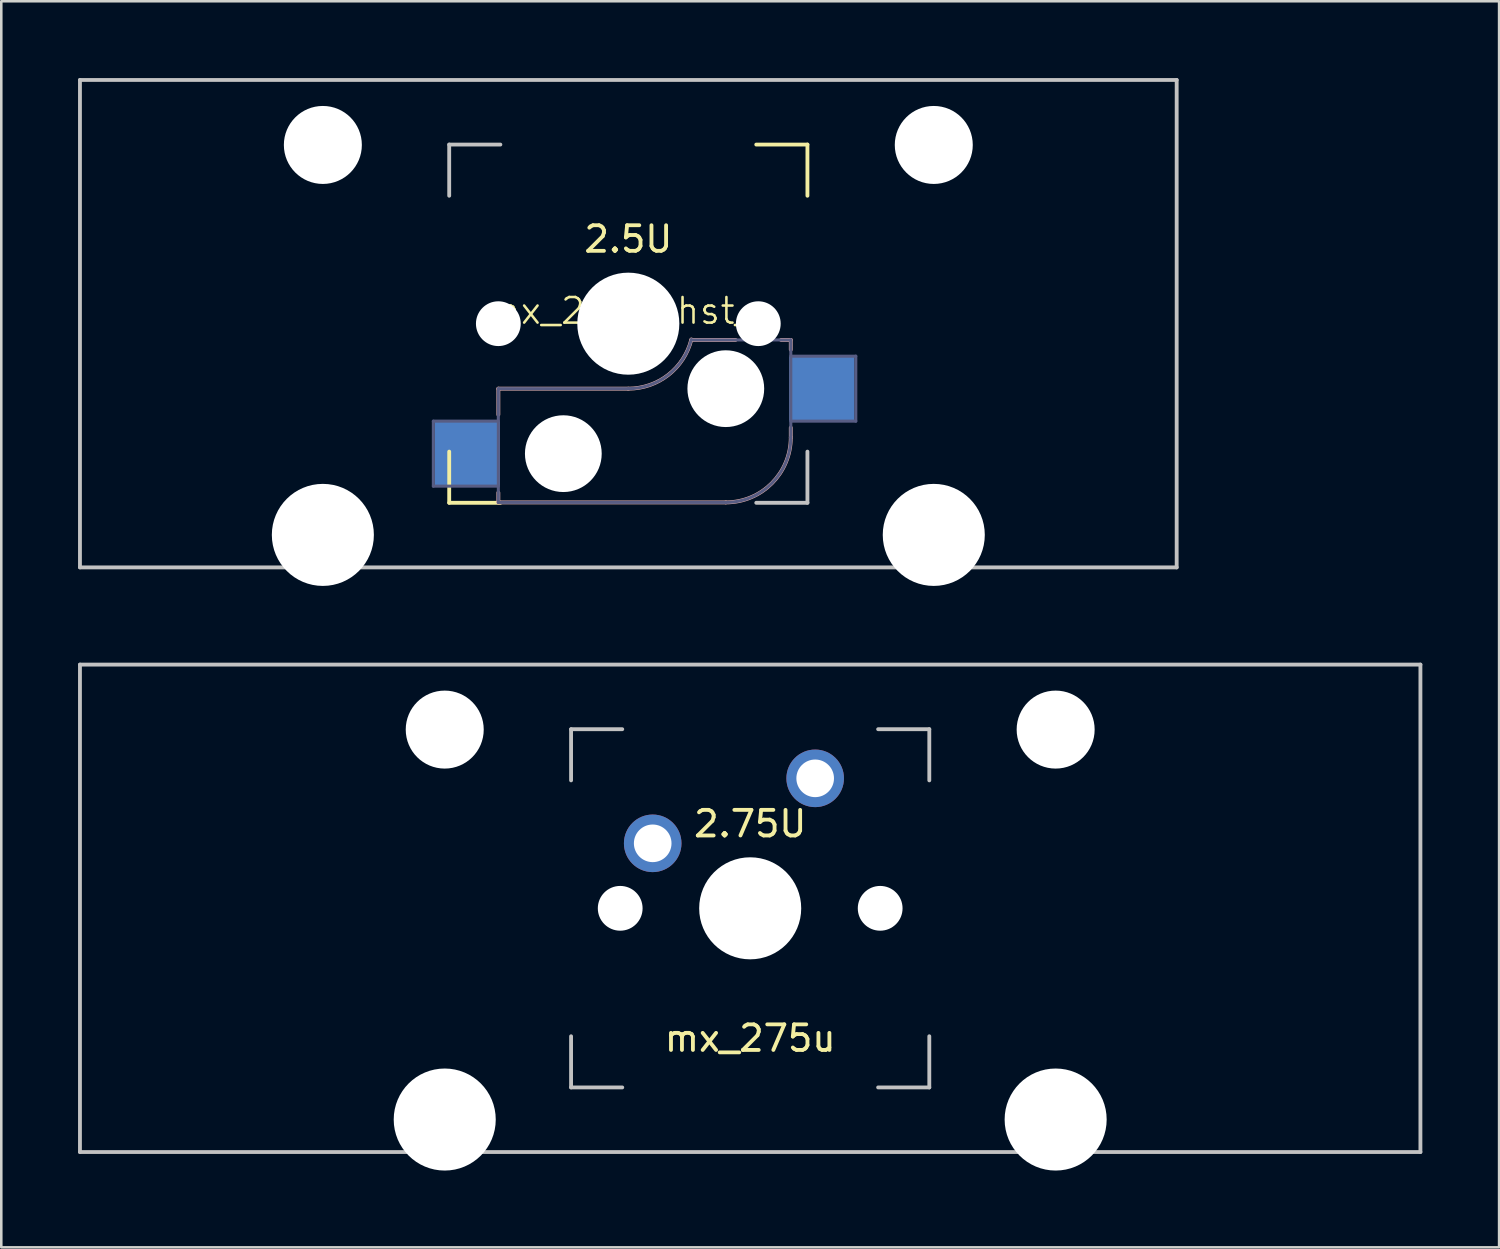
<source format=kicad_pcb>
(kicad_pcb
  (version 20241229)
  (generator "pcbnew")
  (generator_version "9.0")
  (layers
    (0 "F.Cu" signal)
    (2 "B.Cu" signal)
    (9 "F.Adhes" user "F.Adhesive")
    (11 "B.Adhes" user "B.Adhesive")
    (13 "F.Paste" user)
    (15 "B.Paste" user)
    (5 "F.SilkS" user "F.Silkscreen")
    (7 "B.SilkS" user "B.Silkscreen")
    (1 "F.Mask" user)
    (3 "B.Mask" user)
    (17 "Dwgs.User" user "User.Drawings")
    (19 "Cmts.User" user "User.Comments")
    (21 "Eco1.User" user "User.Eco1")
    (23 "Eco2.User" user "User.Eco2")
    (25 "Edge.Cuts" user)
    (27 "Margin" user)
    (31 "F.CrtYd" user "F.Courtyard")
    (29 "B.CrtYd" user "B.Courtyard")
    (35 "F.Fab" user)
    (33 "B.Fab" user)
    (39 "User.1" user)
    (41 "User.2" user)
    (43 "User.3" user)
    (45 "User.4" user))
  (footprint "mx_275u"
    (layer "F.Cu")
    (at 26.269 32.449)
    (property "Reference" "mx_275u" (at 0 5.08 0) (unlocked yes) (layer "F.SilkS") (effects (font (size 1 1) (thickness 0.15))))
    (fp_line (start -26.194 -9.525) (end 26.194 -9.525) (stroke (width 0.15) (type solid)) (layer "Dwgs.User"))
    (fp_line (start -26.194 9.525) (end -26.194 -9.525) (stroke (width 0.15) (type solid)) (layer "Dwgs.User"))
    (fp_line (start -26.194 9.525) (end 26.194 9.525) (stroke (width 0.15) (type solid)) (layer "Dwgs.User"))
    (fp_line (start -7 -7) (end -7 -5) (stroke (width 0.15) (type solid)) (layer "Dwgs.User"))
    (fp_line (start -7 5) (end -7 7) (stroke (width 0.15) (type solid)) (layer "Dwgs.User"))
    (fp_line (start -7 7) (end -5 7) (stroke (width 0.15) (type solid)) (layer "Dwgs.User"))
    (fp_line (start -5 -7) (end -7 -7) (stroke (width 0.15) (type solid)) (layer "Dwgs.User"))
    (fp_line (start 5 -7) (end 7 -7) (stroke (width 0.15) (type solid)) (layer "Dwgs.User"))
    (fp_line (start 5 7) (end 7 7) (stroke (width 0.15) (type solid)) (layer "Dwgs.User"))
    (fp_line (start 7 -7) (end 7 -5) (stroke (width 0.15) (type solid)) (layer "Dwgs.User"))
    (fp_line (start 7 7) (end 7 5) (stroke (width 0.15) (type solid)) (layer "Dwgs.User"))
    (fp_line (start 26.194 -9.525) (end 26.194 9.525) (stroke (width 0.15) (type solid)) (layer "Dwgs.User"))
    (fp_text user "2.75U" (at 0 -3.302 0) (layer "F.SilkS") (effects (font (size 1 1) (thickness 0.15))))
    (pad "" np_thru_hole circle (at -11.938 -6.985) (size 3.048 3.048) (drill 3.048) (layers "*.Cu" "*.Mask"))
    (pad "" np_thru_hole circle (at -11.938 8.255) (size 3.988 3.988) (drill 3.988) (layers "*.Cu" "*.Mask"))
    (pad "" np_thru_hole circle (at -5.08 0 48.1) (size 1.75 1.75) (drill 1.75) (layers "*.Cu" "*.Mask"))
    (pad "" np_thru_hole circle (at 0 0) (size 3.988 3.988) (drill 3.988) (layers "*.Cu" "*.Mask"))
    (pad "" np_thru_hole circle (at 5.08 0 48.1) (size 1.75 1.75) (drill 1.75) (layers "*.Cu" "*.Mask"))
    (pad "" np_thru_hole circle (at 11.938 -6.985) (size 3.048 3.048) (drill 3.048) (layers "*.Cu" "*.Mask"))
    (pad "" np_thru_hole circle (at 11.938 8.255) (size 3.988 3.988) (drill 3.988) (layers "*.Cu" "*.Mask"))
    (pad "1" thru_hole circle (at -3.81 -2.54) (size 2.25 2.25) (drill 1.47) (layers "*.Cu" "B.Mask"))
    (pad "2" thru_hole circle (at 2.54 -5.08) (size 2.25 2.25) (drill 1.47) (layers "*.Cu" "B.Mask")))
  (footprint "mx_225u_hst_r"
    (layer "F.Cu")
    (at 21.506 9.6)
    (property "Reference" "mx_225u_hst_r" (at 0 -0.5 0) (unlocked yes) (layer "F.SilkS") (effects (font (size 1 1) (thickness 0.1))))
    (attr smd)
    (fp_line (start -7 5) (end -7 7) (stroke (width 0.15) (type solid)) (layer "F.SilkS"))
    (fp_line (start -7 7) (end -5 7) (stroke (width 0.15) (type solid)) (layer "F.SilkS"))
    (fp_line (start 5 -7) (end 7 -7) (stroke (width 0.15) (type solid)) (layer "F.SilkS"))
    (fp_line (start 7 -7) (end 7 -5) (stroke (width 0.15) (type solid)) (layer "F.SilkS"))
    (fp_line (start -5.08 2.54) (end 0 2.54) (stroke (width 0.15) (type solid)) (layer "B.SilkS"))
    (fp_line (start -5.08 3.556) (end -5.08 2.54) (stroke (width 0.15) (type solid)) (layer "B.SilkS"))
    (fp_line (start -5.08 6.985) (end -5.08 6.604) (stroke (width 0.15) (type solid)) (layer "B.SilkS"))
    (fp_line (start 2.464 0.635) (end 4.191 0.635) (stroke (width 0.15) (type solid)) (layer "B.SilkS"))
    (fp_line (start 3.81 6.985) (end -5.08 6.985) (stroke (width 0.15) (type solid)) (layer "B.SilkS"))
    (fp_line (start 5.969 0.635) (end 6.35 0.635) (stroke (width 0.15) (type solid)) (layer "B.SilkS"))
    (fp_line (start 6.35 1.016) (end 6.35 0.635) (stroke (width 0.15) (type solid)) (layer "B.SilkS"))
    (fp_line (start 6.35 4.445) (end 6.35 4.064) (stroke (width 0.15) (type solid)) (layer "B.SilkS"))
    (fp_arc (start 2.464162 0.616039) (mid 1.563147 2.002041) (end 0 2.539999) (stroke (width 0.15) (type solid)) (layer "B.SilkS"))
    (fp_arc (start 6.35 4.444999) (mid 5.606051 6.24105) (end 3.81 6.984999) (stroke (width 0.15) (type solid)) (layer "B.SilkS"))
    (fp_line (start -21.431 -9.525) (end 21.431 -9.525) (stroke (width 0.15) (type solid)) (layer "Dwgs.User"))
    (fp_line (start -21.431 9.525) (end -21.431 -9.525) (stroke (width 0.15) (type solid)) (layer "Dwgs.User"))
    (fp_line (start -21.431 9.525) (end 21.431 9.525) (stroke (width 0.15) (type solid)) (layer "Dwgs.User"))
    (fp_line (start -7 -7) (end -7 -5) (stroke (width 0.15) (type solid)) (layer "Dwgs.User"))
    (fp_line (start -5 -7) (end -7 -7) (stroke (width 0.15) (type solid)) (layer "Dwgs.User"))
    (fp_line (start 5 7) (end 7 7) (stroke (width 0.15) (type solid)) (layer "Dwgs.User"))
    (fp_line (start 7 7) (end 7 5) (stroke (width 0.15) (type solid)) (layer "Dwgs.User"))
    (fp_line (start 21.431 -9.525) (end 21.431 9.525) (stroke (width 0.15) (type solid)) (layer "Dwgs.User"))
    (fp_line (start -7.62 3.81) (end -5.08 3.81) (stroke (width 0.12) (type solid)) (layer "B.Fab"))
    (fp_line (start -7.62 6.35) (end -7.62 3.81) (stroke (width 0.12) (type solid)) (layer "B.Fab"))
    (fp_line (start -5.08 2.54) (end 0 2.54) (stroke (width 0.12) (type solid)) (layer "B.Fab"))
    (fp_line (start -5.08 6.35) (end -7.62 6.35) (stroke (width 0.12) (type solid)) (layer "B.Fab"))
    (fp_line (start -5.08 6.985) (end -5.08 2.54) (stroke (width 0.12) (type solid)) (layer "B.Fab"))
    (fp_line (start 3.81 6.985) (end -5.08 6.985) (stroke (width 0.12) (type solid)) (layer "B.Fab"))
    (fp_line (start 6.35 0.635) (end 2.54 0.635) (stroke (width 0.12) (type solid)) (layer "B.Fab"))
    (fp_line (start 6.35 0.635) (end 6.35 4.445) (stroke (width 0.12) (type solid)) (layer "B.Fab"))
    (fp_line (start 6.35 1.27) (end 8.89 1.27) (stroke (width 0.12) (type solid)) (layer "B.Fab"))
    (fp_line (start 8.89 1.27) (end 8.89 3.81) (stroke (width 0.12) (type solid)) (layer "B.Fab"))
    (fp_line (start 8.89 3.81) (end 6.35 3.81) (stroke (width 0.12) (type solid)) (layer "B.Fab"))
    (fp_arc (start 2.464162 0.616039) (mid 1.563147 2.002041) (end 0 2.539999) (stroke (width 0.12) (type solid)) (layer "B.Fab"))
    (fp_arc (start 6.35 4.444999) (mid 5.606051 6.24105) (end 3.81 6.984999) (stroke (width 0.12) (type solid)) (layer "B.Fab"))
    (fp_text user "2.5U" (at 0 -3.302 0) (layer "F.SilkS") (effects (font (size 1 1) (thickness 0.15))))
    (pad "" np_thru_hole circle (at -11.938 -6.985) (size 3.048 3.048) (drill 3.048) (layers "*.Cu" "*.Mask"))
    (pad "" np_thru_hole circle (at -11.938 8.255) (size 3.988 3.988) (drill 3.988) (layers "*.Cu" "*.Mask"))
    (pad "" np_thru_hole circle (at -5.08 0 48.1) (size 1.75 1.75) (drill 1.75) (layers "*.Cu" "*.Mask"))
    (pad "" np_thru_hole circle (at -2.54 5.08 180) (size 3 3) (drill 3) (layers "*.Cu" "*.Mask"))
    (pad "" np_thru_hole circle (at 0 0) (size 3.988 3.988) (drill 3.988) (layers "*.Cu" "*.Mask"))
    (pad "" np_thru_hole circle (at 3.81 2.54 180) (size 3 3) (drill 3) (layers "*.Cu" "*.Mask"))
    (pad "" np_thru_hole circle (at 5.08 0 48.1) (size 1.75 1.75) (drill 1.75) (layers "*.Cu" "*.Mask"))
    (pad "" np_thru_hole circle (at 11.938 -6.985) (size 3.048 3.048) (drill 3.048) (layers "*.Cu" "*.Mask"))
    (pad "" np_thru_hole circle (at 11.938 8.255) (size 3.988 3.988) (drill 3.988) (layers "*.Cu" "*.Mask"))
    (pad "1" smd rect (at 7.56 2.54 180) (size 2.55 2.5) (layers "B.Cu" "B.Mask" "B.Paste"))
    (pad "2" smd rect (at -6.29 5.08 180) (size 2.55 2.5) (layers "B.Cu" "B.Mask" "B.Paste")))
  (gr_rect
    (start -3 -3)
    (end 55.538 45.698)
    (stroke (width 0.1) (type default))
    (fill no)
    (layer "Edge.Cuts")))
</source>
